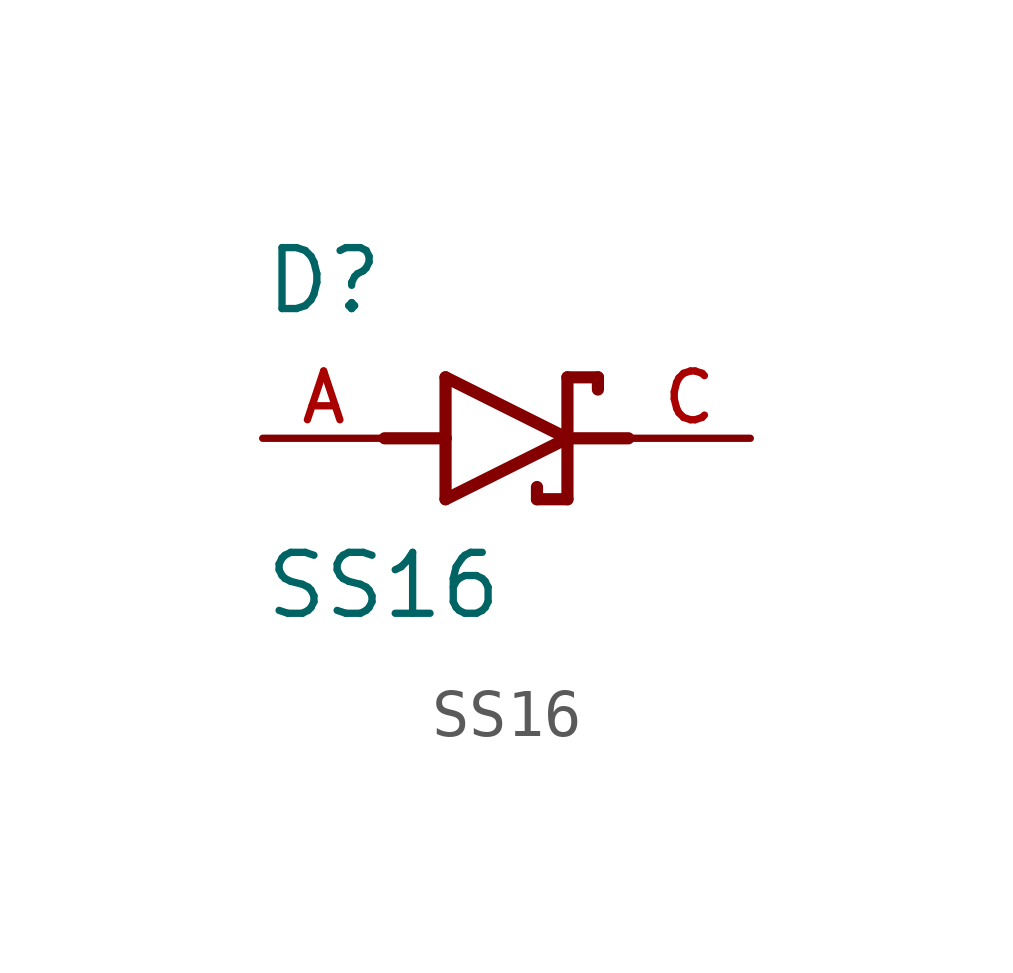
<source format=kicad_sym>
(kicad_symbol_lib
  (version 20211014)
  (generator kicad_symbol_editor)
  (symbol "SS16"
    (pin_names
      (offset 1.016))
    (property "Reference" "D"
      (at -5.08 2.54 0)
      (effects (font (size 1.27 1.27)) (justify bottom left)))
    (property "Value" "SS16"
      (at -5.08 -3.81 0)
      (effects (font (size 1.27 1.27)) (justify bottom left)))
    (symbol "SS16_0_0"
      (polyline (pts (xy -1.27 -1.27) (xy 1.27 0.0)) (stroke (width 0.254)))
      (polyline (pts (xy 1.27 0.0) (xy -1.27 1.27)) (stroke (width 0.254)))
      (polyline (pts (xy 1.905 1.27) (xy 1.27 1.27)) (stroke (width 0.254)))
      (polyline (pts (xy 1.27 1.27) (xy 1.27 0.0)) (stroke (width 0.254)))
      (polyline (pts (xy -1.27 1.27) (xy -1.27 0.0)) (stroke (width 0.254)))
      (polyline (pts (xy -1.27 0.0) (xy -1.27 -1.27)) (stroke (width 0.254)))
      (polyline (pts (xy 1.27 0.0) (xy 1.27 -1.27)) (stroke (width 0.254)))
      (polyline (pts (xy 1.905 1.27) (xy 1.905 1.016)) (stroke (width 0.254)))
      (polyline (pts (xy 1.27 -1.27) (xy 0.635 -1.27)) (stroke (width 0.254)))
      (polyline (pts (xy 0.635 -1.016) (xy 0.635 -1.27)) (stroke (width 0.254)))
      (polyline (pts (xy -2.54 0.0) (xy -1.27 0.0)) (stroke (width 0.254)))
      (polyline (pts (xy 2.54 0.0) (xy 1.27 0.0)) (stroke (width 0.254)))
      (pin passive line (at 5.08 0.0 180.0) (length 2.54) (name "~" (effects (font (size 1.016 1.016)))) (number "C" (effects (font (size 1.016 1.016)))))
      (pin passive line (at -5.08 0.0 0) (length 2.54) (name "~" (effects (font (size 1.016 1.016)))) (number "A" (effects (font (size 1.016 1.016))))))))
</source>
